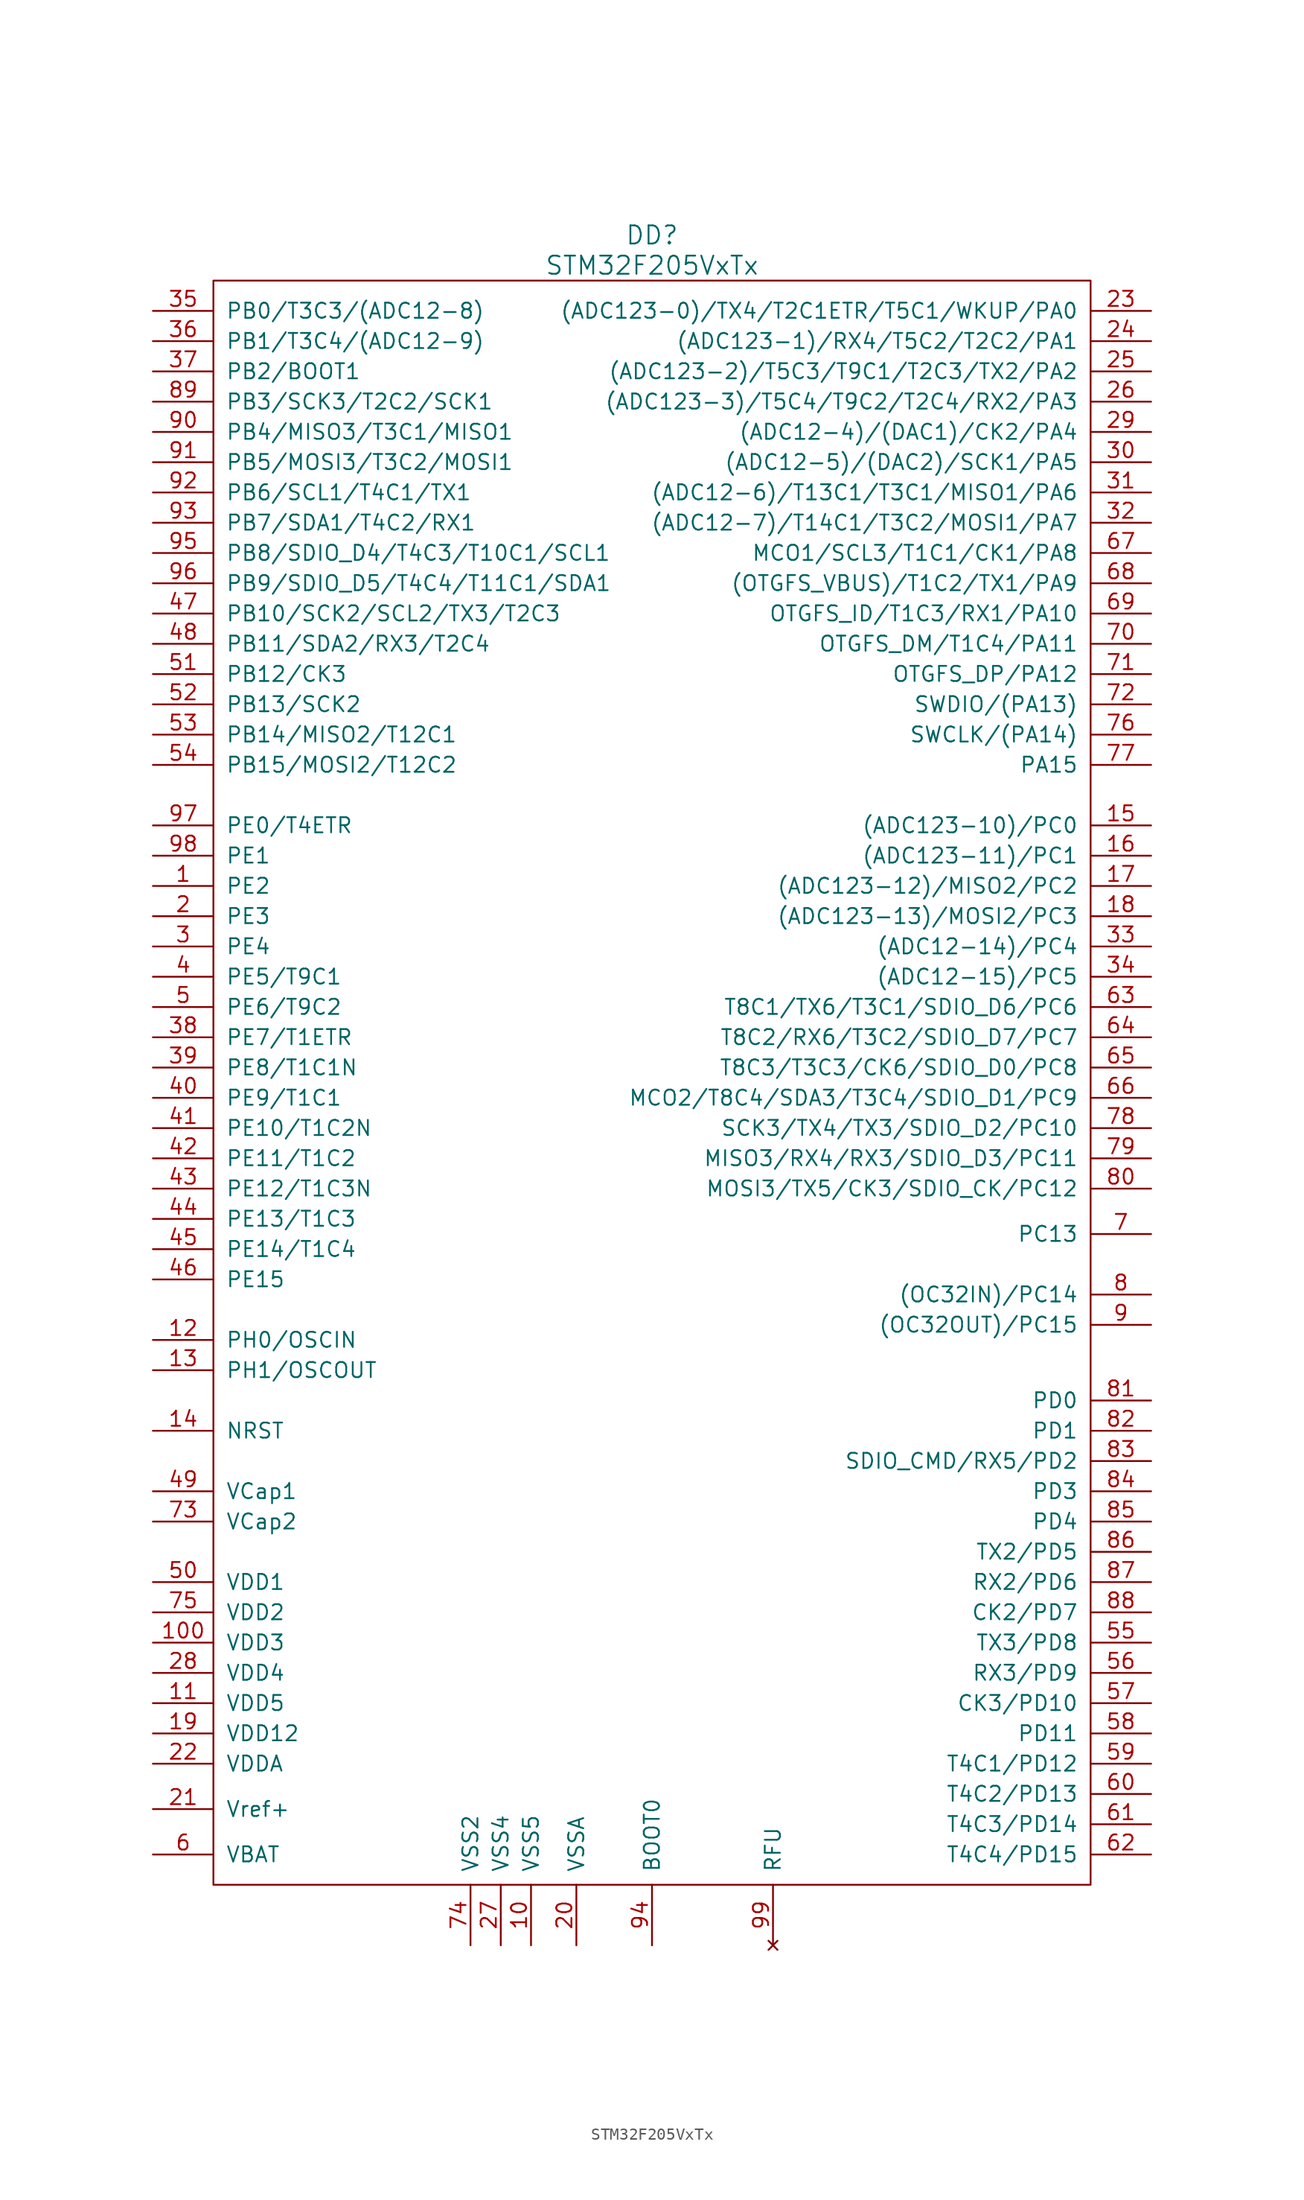
<source format=kicad_sym>
(kicad_symbol_lib
  (version 20220914)
  (generator kicad_symbol_editor)
  (symbol "STM32F205VxTx"
    (pin_names
      (offset 1.016))
    (property "Reference" "DD"
      (at 0 71.12 0)
      (effects (font (size 1.524 1.524))))
    (property "Value" "STM32F205VxTx"
      (at 0 68.58 0)
      (effects (font (size 1.524 1.524))))
    (property "Footprint" ""
      (at 0 3.81 0)
      (effects (font (size 1.524 1.524))))
    (property "Datasheet" ""
      (at 0 3.81 0)
      (effects (font (size 1.524 1.524))))
    (symbol "STM32F205VxTx_0_1"
      (rectangle (start -36.83 67.31) (end 36.83 -67.31) (stroke (width 0) (type solid)) (fill (type none))))
    (symbol "STM32F205VxTx_1_1"
      (pin passive line (at -41.91 16.51 0) (length 5.08) (name "PE2" (effects (font (size 1.27 1.27)))) (number "1" (effects (font (size 1.27 1.27)))))
      (pin power_in line (at -10.16 -72.39 90) (length 5.08) (name "VSS5" (effects (font (size 1.27 1.27)))) (number "10" (effects (font (size 1.27 1.27)))))
      (pin power_in line (at -41.91 -46.99 0) (length 5.08) (name "VDD3" (effects (font (size 1.27 1.27)))) (number "100" (effects (font (size 1.27 1.27)))))
      (pin power_in line (at -41.91 -52.07 0) (length 5.08) (name "VDD5" (effects (font (size 1.27 1.27)))) (number "11" (effects (font (size 1.27 1.27)))))
      (pin passive line (at -41.91 -21.59 0) (length 5.08) (name "PH0/OSCIN" (effects (font (size 1.27 1.27)))) (number "12" (effects (font (size 1.27 1.27)))))
      (pin passive line (at -41.91 -24.13 0) (length 5.08) (name "PH1/OSCOUT" (effects (font (size 1.27 1.27)))) (number "13" (effects (font (size 1.27 1.27)))))
      (pin passive line (at -41.91 -29.21 0) (length 5.08) (name "NRST" (effects (font (size 1.27 1.27)))) (number "14" (effects (font (size 1.27 1.27)))))
      (pin passive line (at 41.91 21.59 180) (length 5.08) (name "(ADC123-10)/PC0" (effects (font (size 1.27 1.27)))) (number "15" (effects (font (size 1.27 1.27)))))
      (pin passive line (at 41.91 19.05 180) (length 5.08) (name "(ADC123-11)/PC1" (effects (font (size 1.27 1.27)))) (number "16" (effects (font (size 1.27 1.27)))))
      (pin passive line (at 41.91 16.51 180) (length 5.08) (name "(ADC123-12)/MISO2/PC2" (effects (font (size 1.27 1.27)))) (number "17" (effects (font (size 1.27 1.27)))))
      (pin passive line (at 41.91 13.97 180) (length 5.08) (name "(ADC123-13)/MOSI2/PC3" (effects (font (size 1.27 1.27)))) (number "18" (effects (font (size 1.27 1.27)))))
      (pin power_in line (at -41.91 -54.61 0) (length 5.08) (name "VDD12" (effects (font (size 1.27 1.27)))) (number "19" (effects (font (size 1.27 1.27)))))
      (pin passive line (at -41.91 13.97 0) (length 5.08) (name "PE3" (effects (font (size 1.27 1.27)))) (number "2" (effects (font (size 1.27 1.27)))))
      (pin power_in line (at -6.35 -72.39 90) (length 5.08) (name "VSSA" (effects (font (size 1.27 1.27)))) (number "20" (effects (font (size 1.27 1.27)))))
      (pin passive line (at -41.91 -60.96 0) (length 5.08) (name "Vref+" (effects (font (size 1.27 1.27)))) (number "21" (effects (font (size 1.27 1.27)))))
      (pin power_in line (at -41.91 -57.15 0) (length 5.08) (name "VDDA" (effects (font (size 1.27 1.27)))) (number "22" (effects (font (size 1.27 1.27)))))
      (pin passive line (at 41.91 64.77 180) (length 5.08) (name "(ADC123-0)/TX4/T2C1ETR/T5C1/WKUP/PA0" (effects (font (size 1.27 1.27)))) (number "23" (effects (font (size 1.27 1.27)))))
      (pin passive line (at 41.91 62.23 180) (length 5.08) (name "(ADC123-1)/RX4/T5C2/T2C2/PA1" (effects (font (size 1.27 1.27)))) (number "24" (effects (font (size 1.27 1.27)))))
      (pin passive line (at 41.91 59.69 180) (length 5.08) (name "(ADC123-2)/T5C3/T9C1/T2C3/TX2/PA2" (effects (font (size 1.27 1.27)))) (number "25" (effects (font (size 1.27 1.27)))))
      (pin passive line (at 41.91 57.15 180) (length 5.08) (name "(ADC123-3)/T5C4/T9C2/T2C4/RX2/PA3" (effects (font (size 1.27 1.27)))) (number "26" (effects (font (size 1.27 1.27)))))
      (pin power_in line (at -12.7 -72.39 90) (length 5.08) (name "VSS4" (effects (font (size 1.27 1.27)))) (number "27" (effects (font (size 1.27 1.27)))))
      (pin power_in line (at -41.91 -49.53 0) (length 5.08) (name "VDD4" (effects (font (size 1.27 1.27)))) (number "28" (effects (font (size 1.27 1.27)))))
      (pin passive line (at 41.91 54.61 180) (length 5.08) (name "(ADC12-4)/(DAC1)/CK2/PA4" (effects (font (size 1.27 1.27)))) (number "29" (effects (font (size 1.27 1.27)))))
      (pin passive line (at -41.91 11.43 0) (length 5.08) (name "PE4" (effects (font (size 1.27 1.27)))) (number "3" (effects (font (size 1.27 1.27)))))
      (pin passive line (at 41.91 52.07 180) (length 5.08) (name "(ADC12-5)/(DAC2)/SCK1/PA5" (effects (font (size 1.27 1.27)))) (number "30" (effects (font (size 1.27 1.27)))))
      (pin passive line (at 41.91 49.53 180) (length 5.08) (name "(ADC12-6)/T13C1/T3C1/MISO1/PA6" (effects (font (size 1.27 1.27)))) (number "31" (effects (font (size 1.27 1.27)))))
      (pin passive line (at 41.91 46.99 180) (length 5.08) (name "(ADC12-7)/T14C1/T3C2/MOSI1/PA7" (effects (font (size 1.27 1.27)))) (number "32" (effects (font (size 1.27 1.27)))))
      (pin passive line (at 41.91 11.43 180) (length 5.08) (name "(ADC12-14)/PC4" (effects (font (size 1.27 1.27)))) (number "33" (effects (font (size 1.27 1.27)))))
      (pin passive line (at 41.91 8.89 180) (length 5.08) (name "(ADC12-15)/PC5" (effects (font (size 1.27 1.27)))) (number "34" (effects (font (size 1.27 1.27)))))
      (pin passive line (at -41.91 64.77 0) (length 5.08) (name "PB0/T3C3/(ADC12-8)" (effects (font (size 1.27 1.27)))) (number "35" (effects (font (size 1.27 1.27)))))
      (pin passive line (at -41.91 62.23 0) (length 5.08) (name "PB1/T3C4/(ADC12-9)" (effects (font (size 1.27 1.27)))) (number "36" (effects (font (size 1.27 1.27)))))
      (pin passive line (at -41.91 59.69 0) (length 5.08) (name "PB2/BOOT1" (effects (font (size 1.27 1.27)))) (number "37" (effects (font (size 1.27 1.27)))))
      (pin passive line (at -41.91 3.81 0) (length 5.08) (name "PE7/T1ETR" (effects (font (size 1.27 1.27)))) (number "38" (effects (font (size 1.27 1.27)))))
      (pin passive line (at -41.91 1.27 0) (length 5.08) (name "PE8/T1C1N" (effects (font (size 1.27 1.27)))) (number "39" (effects (font (size 1.27 1.27)))))
      (pin passive line (at -41.91 8.89 0) (length 5.08) (name "PE5/T9C1" (effects (font (size 1.27 1.27)))) (number "4" (effects (font (size 1.27 1.27)))))
      (pin passive line (at -41.91 -1.27 0) (length 5.08) (name "PE9/T1C1" (effects (font (size 1.27 1.27)))) (number "40" (effects (font (size 1.27 1.27)))))
      (pin passive line (at -41.91 -3.81 0) (length 5.08) (name "PE10/T1C2N" (effects (font (size 1.27 1.27)))) (number "41" (effects (font (size 1.27 1.27)))))
      (pin passive line (at -41.91 -6.35 0) (length 5.08) (name "PE11/T1C2" (effects (font (size 1.27 1.27)))) (number "42" (effects (font (size 1.27 1.27)))))
      (pin passive line (at -41.91 -8.89 0) (length 5.08) (name "PE12/T1C3N" (effects (font (size 1.27 1.27)))) (number "43" (effects (font (size 1.27 1.27)))))
      (pin passive line (at -41.91 -11.43 0) (length 5.08) (name "PE13/T1C3" (effects (font (size 1.27 1.27)))) (number "44" (effects (font (size 1.27 1.27)))))
      (pin passive line (at -41.91 -13.97 0) (length 5.08) (name "PE14/T1C4" (effects (font (size 1.27 1.27)))) (number "45" (effects (font (size 1.27 1.27)))))
      (pin passive line (at -41.91 -16.51 0) (length 5.08) (name "PE15" (effects (font (size 1.27 1.27)))) (number "46" (effects (font (size 1.27 1.27)))))
      (pin passive line (at -41.91 39.37 0) (length 5.08) (name "PB10/SCK2/SCL2/TX3/T2C3" (effects (font (size 1.27 1.27)))) (number "47" (effects (font (size 1.27 1.27)))))
      (pin passive line (at -41.91 36.83 0) (length 5.08) (name "PB11/SDA2/RX3/T2C4" (effects (font (size 1.27 1.27)))) (number "48" (effects (font (size 1.27 1.27)))))
      (pin passive line (at -41.91 -34.29 0) (length 5.08) (name "VCap1" (effects (font (size 1.27 1.27)))) (number "49" (effects (font (size 1.27 1.27)))))
      (pin passive line (at -41.91 6.35 0) (length 5.08) (name "PE6/T9C2" (effects (font (size 1.27 1.27)))) (number "5" (effects (font (size 1.27 1.27)))))
      (pin power_in line (at -41.91 -41.91 0) (length 5.08) (name "VDD1" (effects (font (size 1.27 1.27)))) (number "50" (effects (font (size 1.27 1.27)))))
      (pin passive line (at -41.91 34.29 0) (length 5.08) (name "PB12/CK3" (effects (font (size 1.27 1.27)))) (number "51" (effects (font (size 1.27 1.27)))))
      (pin passive line (at -41.91 31.75 0) (length 5.08) (name "PB13/SCK2" (effects (font (size 1.27 1.27)))) (number "52" (effects (font (size 1.27 1.27)))))
      (pin passive line (at -41.91 29.21 0) (length 5.08) (name "PB14/MISO2/T12C1" (effects (font (size 1.27 1.27)))) (number "53" (effects (font (size 1.27 1.27)))))
      (pin passive line (at -41.91 26.67 0) (length 5.08) (name "PB15/MOSI2/T12C2" (effects (font (size 1.27 1.27)))) (number "54" (effects (font (size 1.27 1.27)))))
      (pin passive line (at 41.91 -46.99 180) (length 5.08) (name "TX3/PD8" (effects (font (size 1.27 1.27)))) (number "55" (effects (font (size 1.27 1.27)))))
      (pin passive line (at 41.91 -49.53 180) (length 5.08) (name "RX3/PD9" (effects (font (size 1.27 1.27)))) (number "56" (effects (font (size 1.27 1.27)))))
      (pin passive line (at 41.91 -52.07 180) (length 5.08) (name "CK3/PD10" (effects (font (size 1.27 1.27)))) (number "57" (effects (font (size 1.27 1.27)))))
      (pin passive line (at 41.91 -54.61 180) (length 5.08) (name "PD11" (effects (font (size 1.27 1.27)))) (number "58" (effects (font (size 1.27 1.27)))))
      (pin passive line (at 41.91 -57.15 180) (length 5.08) (name "T4C1/PD12" (effects (font (size 1.27 1.27)))) (number "59" (effects (font (size 1.27 1.27)))))
      (pin power_in line (at -41.91 -64.77 0) (length 5.08) (name "VBAT" (effects (font (size 1.27 1.27)))) (number "6" (effects (font (size 1.27 1.27)))))
      (pin passive line (at 41.91 -59.69 180) (length 5.08) (name "T4C2/PD13" (effects (font (size 1.27 1.27)))) (number "60" (effects (font (size 1.27 1.27)))))
      (pin passive line (at 41.91 -62.23 180) (length 5.08) (name "T4C3/PD14" (effects (font (size 1.27 1.27)))) (number "61" (effects (font (size 1.27 1.27)))))
      (pin passive line (at 41.91 -64.77 180) (length 5.08) (name "T4C4/PD15" (effects (font (size 1.27 1.27)))) (number "62" (effects (font (size 1.27 1.27)))))
      (pin passive line (at 41.91 6.35 180) (length 5.08) (name "T8C1/TX6/T3C1/SDIO_D6/PC6" (effects (font (size 1.27 1.27)))) (number "63" (effects (font (size 1.27 1.27)))))
      (pin passive line (at 41.91 3.81 180) (length 5.08) (name "T8C2/RX6/T3C2/SDIO_D7/PC7" (effects (font (size 1.27 1.27)))) (number "64" (effects (font (size 1.27 1.27)))))
      (pin passive line (at 41.91 1.27 180) (length 5.08) (name "T8C3/T3C3/CK6/SDIO_D0/PC8" (effects (font (size 1.27 1.27)))) (number "65" (effects (font (size 1.27 1.27)))))
      (pin passive line (at 41.91 -1.27 180) (length 5.08) (name "MCO2/T8C4/SDA3/T3C4/SDIO_D1/PC9" (effects (font (size 1.27 1.27)))) (number "66" (effects (font (size 1.27 1.27)))))
      (pin passive line (at 41.91 44.45 180) (length 5.08) (name "MCO1/SCL3/T1C1/CK1/PA8" (effects (font (size 1.27 1.27)))) (number "67" (effects (font (size 1.27 1.27)))))
      (pin passive line (at 41.91 41.91 180) (length 5.08) (name "(OTGFS_VBUS)/T1C2/TX1/PA9" (effects (font (size 1.27 1.27)))) (number "68" (effects (font (size 1.27 1.27)))))
      (pin passive line (at 41.91 39.37 180) (length 5.08) (name "OTGFS_ID/T1C3/RX1/PA10" (effects (font (size 1.27 1.27)))) (number "69" (effects (font (size 1.27 1.27)))))
      (pin passive line (at 41.91 -12.7 180) (length 5.08) (name "PC13" (effects (font (size 1.27 1.27)))) (number "7" (effects (font (size 1.27 1.27)))))
      (pin passive line (at 41.91 36.83 180) (length 5.08) (name "OTGFS_DM/T1C4/PA11" (effects (font (size 1.27 1.27)))) (number "70" (effects (font (size 1.27 1.27)))))
      (pin passive line (at 41.91 34.29 180) (length 5.08) (name "OTGFS_DP/PA12" (effects (font (size 1.27 1.27)))) (number "71" (effects (font (size 1.27 1.27)))))
      (pin passive line (at 41.91 31.75 180) (length 5.08) (name "SWDIO/(PA13)" (effects (font (size 1.27 1.27)))) (number "72" (effects (font (size 1.27 1.27)))))
      (pin passive line (at -41.91 -36.83 0) (length 5.08) (name "VCap2" (effects (font (size 1.27 1.27)))) (number "73" (effects (font (size 1.27 1.27)))))
      (pin power_in line (at -15.24 -72.39 90) (length 5.08) (name "VSS2" (effects (font (size 1.27 1.27)))) (number "74" (effects (font (size 1.27 1.27)))))
      (pin power_in line (at -41.91 -44.45 0) (length 5.08) (name "VDD2" (effects (font (size 1.27 1.27)))) (number "75" (effects (font (size 1.27 1.27)))))
      (pin passive line (at 41.91 29.21 180) (length 5.08) (name "SWCLK/(PA14)" (effects (font (size 1.27 1.27)))) (number "76" (effects (font (size 1.27 1.27)))))
      (pin passive line (at 41.91 26.67 180) (length 5.08) (name "PA15" (effects (font (size 1.27 1.27)))) (number "77" (effects (font (size 1.27 1.27)))))
      (pin passive line (at 41.91 -3.81 180) (length 5.08) (name "SCK3/TX4/TX3/SDIO_D2/PC10" (effects (font (size 1.27 1.27)))) (number "78" (effects (font (size 1.27 1.27)))))
      (pin passive line (at 41.91 -6.35 180) (length 5.08) (name "MISO3/RX4/RX3/SDIO_D3/PC11" (effects (font (size 1.27 1.27)))) (number "79" (effects (font (size 1.27 1.27)))))
      (pin passive line (at 41.91 -17.78 180) (length 5.08) (name "(OC32IN)/PC14" (effects (font (size 1.27 1.27)))) (number "8" (effects (font (size 1.27 1.27)))))
      (pin passive line (at 41.91 -8.89 180) (length 5.08) (name "MOSI3/TX5/CK3/SDIO_CK/PC12" (effects (font (size 1.27 1.27)))) (number "80" (effects (font (size 1.27 1.27)))))
      (pin passive line (at 41.91 -26.67 180) (length 5.08) (name "PD0" (effects (font (size 1.27 1.27)))) (number "81" (effects (font (size 1.27 1.27)))))
      (pin passive line (at 41.91 -29.21 180) (length 5.08) (name "PD1" (effects (font (size 1.27 1.27)))) (number "82" (effects (font (size 1.27 1.27)))))
      (pin passive line (at 41.91 -31.75 180) (length 5.08) (name "SDIO_CMD/RX5/PD2" (effects (font (size 1.27 1.27)))) (number "83" (effects (font (size 1.27 1.27)))))
      (pin passive line (at 41.91 -34.29 180) (length 5.08) (name "PD3" (effects (font (size 1.27 1.27)))) (number "84" (effects (font (size 1.27 1.27)))))
      (pin passive line (at 41.91 -36.83 180) (length 5.08) (name "PD4" (effects (font (size 1.27 1.27)))) (number "85" (effects (font (size 1.27 1.27)))))
      (pin passive line (at 41.91 -39.37 180) (length 5.08) (name "TX2/PD5" (effects (font (size 1.27 1.27)))) (number "86" (effects (font (size 1.27 1.27)))))
      (pin passive line (at 41.91 -41.91 180) (length 5.08) (name "RX2/PD6" (effects (font (size 1.27 1.27)))) (number "87" (effects (font (size 1.27 1.27)))))
      (pin passive line (at 41.91 -44.45 180) (length 5.08) (name "CK2/PD7" (effects (font (size 1.27 1.27)))) (number "88" (effects (font (size 1.27 1.27)))))
      (pin passive line (at -41.91 57.15 0) (length 5.08) (name "PB3/SCK3/T2C2/SCK1" (effects (font (size 1.27 1.27)))) (number "89" (effects (font (size 1.27 1.27)))))
      (pin passive line (at 41.91 -20.32 180) (length 5.08) (name "(OC32OUT)/PC15" (effects (font (size 1.27 1.27)))) (number "9" (effects (font (size 1.27 1.27)))))
      (pin passive line (at -41.91 54.61 0) (length 5.08) (name "PB4/MISO3/T3C1/MISO1" (effects (font (size 1.27 1.27)))) (number "90" (effects (font (size 1.27 1.27)))))
      (pin passive line (at -41.91 52.07 0) (length 5.08) (name "PB5/MOSI3/T3C2/MOSI1" (effects (font (size 1.27 1.27)))) (number "91" (effects (font (size 1.27 1.27)))))
      (pin passive line (at -41.91 49.53 0) (length 5.08) (name "PB6/SCL1/T4C1/TX1" (effects (font (size 1.27 1.27)))) (number "92" (effects (font (size 1.27 1.27)))))
      (pin passive line (at -41.91 46.99 0) (length 5.08) (name "PB7/SDA1/T4C2/RX1" (effects (font (size 1.27 1.27)))) (number "93" (effects (font (size 1.27 1.27)))))
      (pin passive line (at 0 -72.39 90) (length 5.08) (name "BOOT0" (effects (font (size 1.27 1.27)))) (number "94" (effects (font (size 1.27 1.27)))))
      (pin passive line (at -41.91 44.45 0) (length 5.08) (name "PB8/SDIO_D4/T4C3/T10C1/SCL1" (effects (font (size 1.27 1.27)))) (number "95" (effects (font (size 1.27 1.27)))))
      (pin passive line (at -41.91 41.91 0) (length 5.08) (name "PB9/SDIO_D5/T4C4/T11C1/SDA1" (effects (font (size 1.27 1.27)))) (number "96" (effects (font (size 1.27 1.27)))))
      (pin passive line (at -41.91 21.59 0) (length 5.08) (name "PE0/T4ETR" (effects (font (size 1.27 1.27)))) (number "97" (effects (font (size 1.27 1.27)))))
      (pin passive line (at -41.91 19.05 0) (length 5.08) (name "PE1" (effects (font (size 1.27 1.27)))) (number "98" (effects (font (size 1.27 1.27)))))
      (pin no_connect line (at 10.16 -72.39 90) (length 5.08) (name "RFU" (effects (font (size 1.27 1.27)))) (number "99" (effects (font (size 1.27 1.27))))))))
</source>
